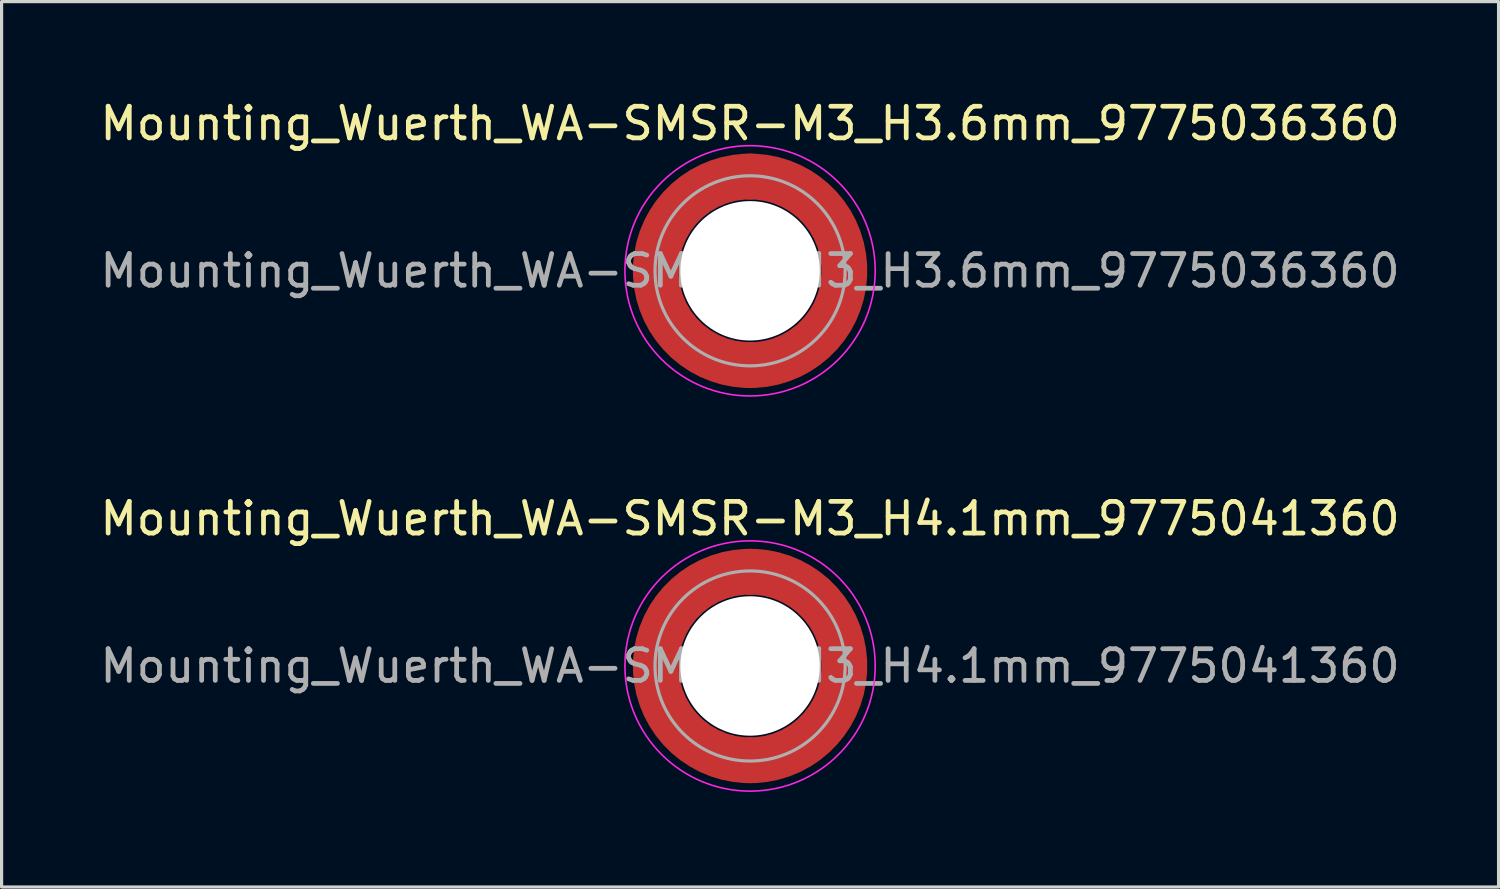
<source format=kicad_pcb>
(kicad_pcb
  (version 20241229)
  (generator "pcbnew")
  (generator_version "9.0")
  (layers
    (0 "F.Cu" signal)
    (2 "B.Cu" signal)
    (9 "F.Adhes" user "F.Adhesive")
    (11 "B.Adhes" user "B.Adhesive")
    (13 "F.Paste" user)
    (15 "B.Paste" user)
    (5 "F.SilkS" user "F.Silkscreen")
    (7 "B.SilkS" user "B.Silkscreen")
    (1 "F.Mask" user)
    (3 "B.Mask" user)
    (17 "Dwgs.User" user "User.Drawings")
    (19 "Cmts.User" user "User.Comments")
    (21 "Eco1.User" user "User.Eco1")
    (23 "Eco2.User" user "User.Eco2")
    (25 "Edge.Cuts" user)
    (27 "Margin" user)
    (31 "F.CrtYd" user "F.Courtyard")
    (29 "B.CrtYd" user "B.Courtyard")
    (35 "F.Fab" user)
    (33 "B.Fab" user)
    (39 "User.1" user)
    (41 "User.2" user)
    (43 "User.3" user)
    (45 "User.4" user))
  (footprint "Mounting_Wuerth_WA-SMSR-M3_H3.6mm_9775036360"
    (layer "F.Cu")
    (at 20.625 5.498)
    (property "Reference" "Mounting_Wuerth_WA-SMSR-M3_H3.6mm_9775036360" (at 0 -4.65 0) (layer "F.SilkS") (effects (font (size 1 1) (thickness 0.15))))
    (attr smd)
    (fp_circle (center 0 0) (end 3.95 0) (stroke (width 0.05) (type solid)) (fill no) (layer "F.CrtYd"))
    (fp_circle (center 0 0) (end 3 0) (stroke (width 0.1) (type solid)) (fill no) (layer "F.Fab"))
    (fp_text user "${REFERENCE}" (at 0 0 0) (layer "F.Fab") (effects (font (size 1 1) (thickness 0.15))))
    (pad "" smd custom (at -2.095 -2.095) (size 1.345 1.345) (layers "F.Paste") (options (anchor circle)) (primitives (gr_arc (start -0.426133 1.358554) (mid 0.237765 0.237765) (end 1.358554 -0.426133) (width 0.6725)) (gr_arc (start -0.774751 1.358554) (mid 0 0) (end 1.358554 -0.774751) (width 0.6725)) (gr_arc (start -1.120735 1.358554) (mid -0.237765 -0.237765) (end 1.358554 -1.120735) (width 0.6725)) (gr_arc (start -1.120735 1.358554) (mid -0.237765 -0.237765) (end 1.358554 -1.120735) (width 0.6725)) (gr_line (start 1.359 -0.426) (end 1.359 -1.121) (width 0.672)) (gr_line (start -0.426 1.359) (end -1.121 1.359) (width 0.672))))
    (pad "" smd custom (at -2.095 2.095) (size 1.345 1.345) (layers "F.Paste") (options (anchor circle)) (primitives (gr_arc (start 1.358554 0.426133) (mid 0.237765 -0.237765) (end -0.426133 -1.358554) (width 0.6725)) (gr_arc (start 1.358554 0.774751) (mid 0 0) (end -0.774751 -1.358554) (width 0.6725)) (gr_arc (start 1.358554 1.120735) (mid -0.237765 0.237765) (end -1.120735 -1.358554) (width 0.6725)) (gr_arc (start 1.358554 1.120735) (mid -0.237765 0.237765) (end -1.120735 -1.358554) (width 0.6725)) (gr_line (start -0.426 -1.359) (end -1.121 -1.359) (width 0.672)) (gr_line (start 1.359 0.426) (end 1.359 1.121) (width 0.672))))
    (pad "" np_thru_hole circle (at 0 0) (size 4.4 4.4) (drill 4.4) (layers "*.Cu" "*.Mask"))
    (pad "" smd custom (at 2.095 -2.095) (size 1.345 1.345) (layers "F.Paste") (options (anchor circle)) (primitives (gr_arc (start -1.358554 -0.426133) (mid -0.237765 0.237765) (end 0.426133 1.358554) (width 0.6725)) (gr_arc (start -1.358554 -0.774751) (mid 0 0) (end 0.774751 1.358554) (width 0.6725)) (gr_arc (start -1.358554 -1.120735) (mid 0.237765 -0.237765) (end 1.120735 1.358554) (width 0.6725)) (gr_arc (start -1.358554 -1.120735) (mid 0.237765 -0.237765) (end 1.120735 1.358554) (width 0.6725)) (gr_line (start 0.426 1.359) (end 1.121 1.359) (width 0.672)) (gr_line (start -1.359 -0.426) (end -1.359 -1.121) (width 0.672))))
    (pad "" smd custom (at 2.095 2.095) (size 1.345 1.345) (layers "F.Paste") (options (anchor circle)) (primitives (gr_arc (start 0.426133 -1.358554) (mid -0.237765 -0.237765) (end -1.358554 0.426133) (width 0.6725)) (gr_arc (start 0.774751 -1.358554) (mid 0 0) (end -1.358554 0.774751) (width 0.6725)) (gr_arc (start 1.120735 -1.358554) (mid 0.237765 0.237765) (end -1.358554 1.120735) (width 0.6725)) (gr_arc (start 1.120735 -1.358554) (mid 0.237765 0.237765) (end -1.358554 1.120735) (width 0.6725)) (gr_line (start -1.359 0.426) (end -1.359 1.121) (width 0.672)) (gr_line (start 0.426 -1.359) (end 1.121 -1.359) (width 0.672))))
    (pad "1" smd circle (at -2.975 0) (size 1.45 1.45) (layers "F.Cu"))
    (pad "1" smd circle (at 0 -2.975) (size 1.45 1.45) (layers "F.Cu"))
    (pad "1" smd circle (at 0 2.975) (size 1.45 1.45) (layers "F.Cu"))
    (pad "1" smd custom (at 2.975 0) (size 1.45 1.45) (layers "F.Cu" "F.Mask") (options (anchor circle)) (primitives (gr_circle (center -2.975 0) (end 0 0) (width 1.45) (fill no)))))
  (footprint "Mounting_Wuerth_WA-SMSR-M3_H4.1mm_9775041360"
    (layer "F.Cu")
    (at 20.625 17.971)
    (property "Reference" "Mounting_Wuerth_WA-SMSR-M3_H4.1mm_9775041360" (at 0 -4.65 0) (layer "F.SilkS") (effects (font (size 1 1) (thickness 0.15))))
    (attr smd)
    (fp_circle (center 0 0) (end 3.95 0) (stroke (width 0.05) (type solid)) (fill no) (layer "F.CrtYd"))
    (fp_circle (center 0 0) (end 3 0) (stroke (width 0.1) (type solid)) (fill no) (layer "F.Fab"))
    (fp_text user "${REFERENCE}" (at 0 0 0) (layer "F.Fab") (effects (font (size 1 1) (thickness 0.15))))
    (pad "" smd custom (at -2.095 -2.095) (size 1.345 1.345) (layers "F.Paste") (options (anchor circle)) (primitives (gr_arc (start -0.24231 1.594804) (mid 0.404819 0.404819) (end 1.594804 -0.24231) (width 0.2)) (gr_arc (start -0.3398 1.594804) (mid 0.337349 0.337349) (end 1.594804 -0.3398) (width 0.2)) (gr_arc (start -0.437132 1.594804) (mid 0.269879 0.269879) (end 1.594804 -0.437132) (width 0.2)) (gr_arc (start -0.534324 1.594804) (mid 0.202409 0.202409) (end 1.594804 -0.534324) (width 0.2)) (gr_arc (start -0.631391 1.594804) (mid 0.134939 0.134939) (end 1.594804 -0.631391) (width 0.2)) (gr_arc (start -0.728345 1.594804) (mid 0.06747 0.06747) (end 1.594804 -0.728345) (width 0.2)) (gr_arc (start -0.825197 1.594804) (mid 0 0) (end 1.594804 -0.825197) (width 0.2)) (gr_arc (start -0.921958 1.594804) (mid -0.067469 -0.067469) (end 1.594804 -0.921958) (width 0.2)) (gr_arc (start -1.018637 1.594804) (mid -0.13494 -0.13494) (end 1.594804 -1.018637) (width 0.2)) (gr_arc (start -1.115239 1.594804) (mid -0.202409 -0.202409) (end 1.594804 -1.115239) (width 0.2)) (gr_arc (start -1.211773 1.594804) (mid -0.269879 -0.269879) (end 1.594804 -1.211773) (width 0.2)) (gr_arc (start -1.308244 1.594804) (mid -0.337349 -0.337349) (end 1.594804 -1.308244) (width 0.2)) (gr_arc (start -1.404657 1.594804) (mid -0.404819 -0.404819) (end 1.594804 -1.404657) (width 0.2)) (gr_arc (start -1.404657 1.594804) (mid -0.404819 -0.404819) (end 1.594804 -1.404657) (width 0.2)) (gr_line (start 1.595 -0.242) (end 1.595 -1.405) (width 0.2)) (gr_line (start -0.242 1.595) (end -1.405 1.595) (width 0.2))))
    (pad "" smd custom (at -2.095 2.095) (size 1.345 1.345) (layers "F.Paste") (options (anchor circle)) (primitives (gr_arc (start 1.594804 0.24231) (mid 0.404819 -0.404819) (end -0.24231 -1.594804) (width 0.2)) (gr_arc (start 1.594804 0.3398) (mid 0.337349 -0.337349) (end -0.3398 -1.594804) (width 0.2)) (gr_arc (start 1.594804 0.437132) (mid 0.269879 -0.269879) (end -0.437132 -1.594804) (width 0.2)) (gr_arc (start 1.594804 0.534324) (mid 0.202409 -0.202409) (end -0.534324 -1.594804) (width 0.2)) (gr_arc (start 1.594804 0.631391) (mid 0.134939 -0.134939) (end -0.631391 -1.594804) (width 0.2)) (gr_arc (start 1.594804 0.728345) (mid 0.06747 -0.06747) (end -0.728345 -1.594804) (width 0.2)) (gr_arc (start 1.594804 0.825197) (mid 0 0) (end -0.825197 -1.594804) (width 0.2)) (gr_arc (start 1.594804 0.921958) (mid -0.067469 0.067469) (end -0.921958 -1.594804) (width 0.2)) (gr_arc (start 1.594804 1.018637) (mid -0.13494 0.13494) (end -1.018637 -1.594804) (width 0.2)) (gr_arc (start 1.594804 1.115239) (mid -0.202409 0.202409) (end -1.115239 -1.594804) (width 0.2)) (gr_arc (start 1.594804 1.211773) (mid -0.269879 0.269879) (end -1.211773 -1.594804) (width 0.2)) (gr_arc (start 1.594804 1.308244) (mid -0.337349 0.337349) (end -1.308244 -1.594804) (width 0.2)) (gr_arc (start 1.594804 1.404657) (mid -0.404819 0.404819) (end -1.404657 -1.594804) (width 0.2)) (gr_arc (start 1.594804 1.404657) (mid -0.404819 0.404819) (end -1.404657 -1.594804) (width 0.2)) (gr_line (start -0.242 -1.595) (end -1.405 -1.595) (width 0.2)) (gr_line (start 1.595 0.242) (end 1.595 1.405) (width 0.2))))
    (pad "" np_thru_hole circle (at 0 0) (size 4.4 4.4) (drill 4.4) (layers "*.Cu" "*.Mask"))
    (pad "" smd custom (at 2.095 -2.095) (size 1.345 1.345) (layers "F.Paste") (options (anchor circle)) (primitives (gr_arc (start -1.594804 -0.24231) (mid -0.404819 0.404819) (end 0.24231 1.594804) (width 0.2)) (gr_arc (start -1.594804 -0.3398) (mid -0.337349 0.337349) (end 0.3398 1.594804) (width 0.2)) (gr_arc (start -1.594804 -0.437132) (mid -0.269879 0.269879) (end 0.437132 1.594804) (width 0.2)) (gr_arc (start -1.594804 -0.534324) (mid -0.202409 0.202409) (end 0.534324 1.594804) (width 0.2)) (gr_arc (start -1.594804 -0.631391) (mid -0.134939 0.134939) (end 0.631391 1.594804) (width 0.2)) (gr_arc (start -1.594804 -0.728345) (mid -0.06747 0.06747) (end 0.728345 1.594804) (width 0.2)) (gr_arc (start -1.594804 -0.825197) (mid 0 0) (end 0.825197 1.594804) (width 0.2)) (gr_arc (start -1.594804 -0.921958) (mid 0.067469 -0.067469) (end 0.921958 1.594804) (width 0.2)) (gr_arc (start -1.594804 -1.018637) (mid 0.13494 -0.13494) (end 1.018637 1.594804) (width 0.2)) (gr_arc (start -1.594804 -1.115239) (mid 0.202409 -0.202409) (end 1.115239 1.594804) (width 0.2)) (gr_arc (start -1.594804 -1.211773) (mid 0.269879 -0.269879) (end 1.211773 1.594804) (width 0.2)) (gr_arc (start -1.594804 -1.308244) (mid 0.337349 -0.337349) (end 1.308244 1.594804) (width 0.2)) (gr_arc (start -1.594804 -1.404657) (mid 0.404819 -0.404819) (end 1.404657 1.594804) (width 0.2)) (gr_arc (start -1.594804 -1.404657) (mid 0.404819 -0.404819) (end 1.404657 1.594804) (width 0.2)) (gr_line (start 0.242 1.595) (end 1.405 1.595) (width 0.2)) (gr_line (start -1.595 -0.242) (end -1.595 -1.405) (width 0.2))))
    (pad "" smd custom (at 2.095 2.095) (size 1.345 1.345) (layers "F.Paste") (options (anchor circle)) (primitives (gr_arc (start 0.24231 -1.594804) (mid -0.404819 -0.404819) (end -1.594804 0.24231) (width 0.2)) (gr_arc (start 0.3398 -1.594804) (mid -0.337349 -0.337349) (end -1.594804 0.3398) (width 0.2)) (gr_arc (start 0.437132 -1.594804) (mid -0.269879 -0.269879) (end -1.594804 0.437132) (width 0.2)) (gr_arc (start 0.534324 -1.594804) (mid -0.202409 -0.202409) (end -1.594804 0.534324) (width 0.2)) (gr_arc (start 0.631391 -1.594804) (mid -0.134939 -0.134939) (end -1.594804 0.631391) (width 0.2)) (gr_arc (start 0.728345 -1.594804) (mid -0.06747 -0.06747) (end -1.594804 0.728345) (width 0.2)) (gr_arc (start 0.825197 -1.594804) (mid 0 0) (end -1.594804 0.825197) (width 0.2)) (gr_arc (start 0.921958 -1.594804) (mid 0.067469 0.067469) (end -1.594804 0.921958) (width 0.2)) (gr_arc (start 1.018637 -1.594804) (mid 0.13494 0.13494) (end -1.594804 1.018637) (width 0.2)) (gr_arc (start 1.115239 -1.594804) (mid 0.202409 0.202409) (end -1.594804 1.115239) (width 0.2)) (gr_arc (start 1.211773 -1.594804) (mid 0.269879 0.269879) (end -1.594804 1.211773) (width 0.2)) (gr_arc (start 1.308244 -1.594804) (mid 0.337349 0.337349) (end -1.594804 1.308244) (width 0.2)) (gr_arc (start 1.404657 -1.594804) (mid 0.404819 0.404819) (end -1.594804 1.404657) (width 0.2)) (gr_arc (start 1.404657 -1.594804) (mid 0.404819 0.404819) (end -1.594804 1.404657) (width 0.2)) (gr_line (start -1.595 0.242) (end -1.595 1.405) (width 0.2)) (gr_line (start 0.242 -1.595) (end 1.405 -1.595) (width 0.2))))
    (pad "1" smd circle (at -2.975 0) (size 1.45 1.45) (layers "F.Cu"))
    (pad "1" smd circle (at 0 -2.975) (size 1.45 1.45) (layers "F.Cu"))
    (pad "1" smd circle (at 0 2.975) (size 1.45 1.45) (layers "F.Cu"))
    (pad "1" smd custom (at 2.975 0) (size 1.45 1.45) (layers "F.Cu" "F.Mask") (options (anchor circle)) (primitives (gr_circle (center -2.975 0) (end 0 0) (width 1.45) (fill no)))))
  (gr_rect
    (start -3 -3)
    (end 44.25 24.947)
    (stroke (width 0.1) (type default))
    (fill no)
    (layer "Edge.Cuts")))
</source>
